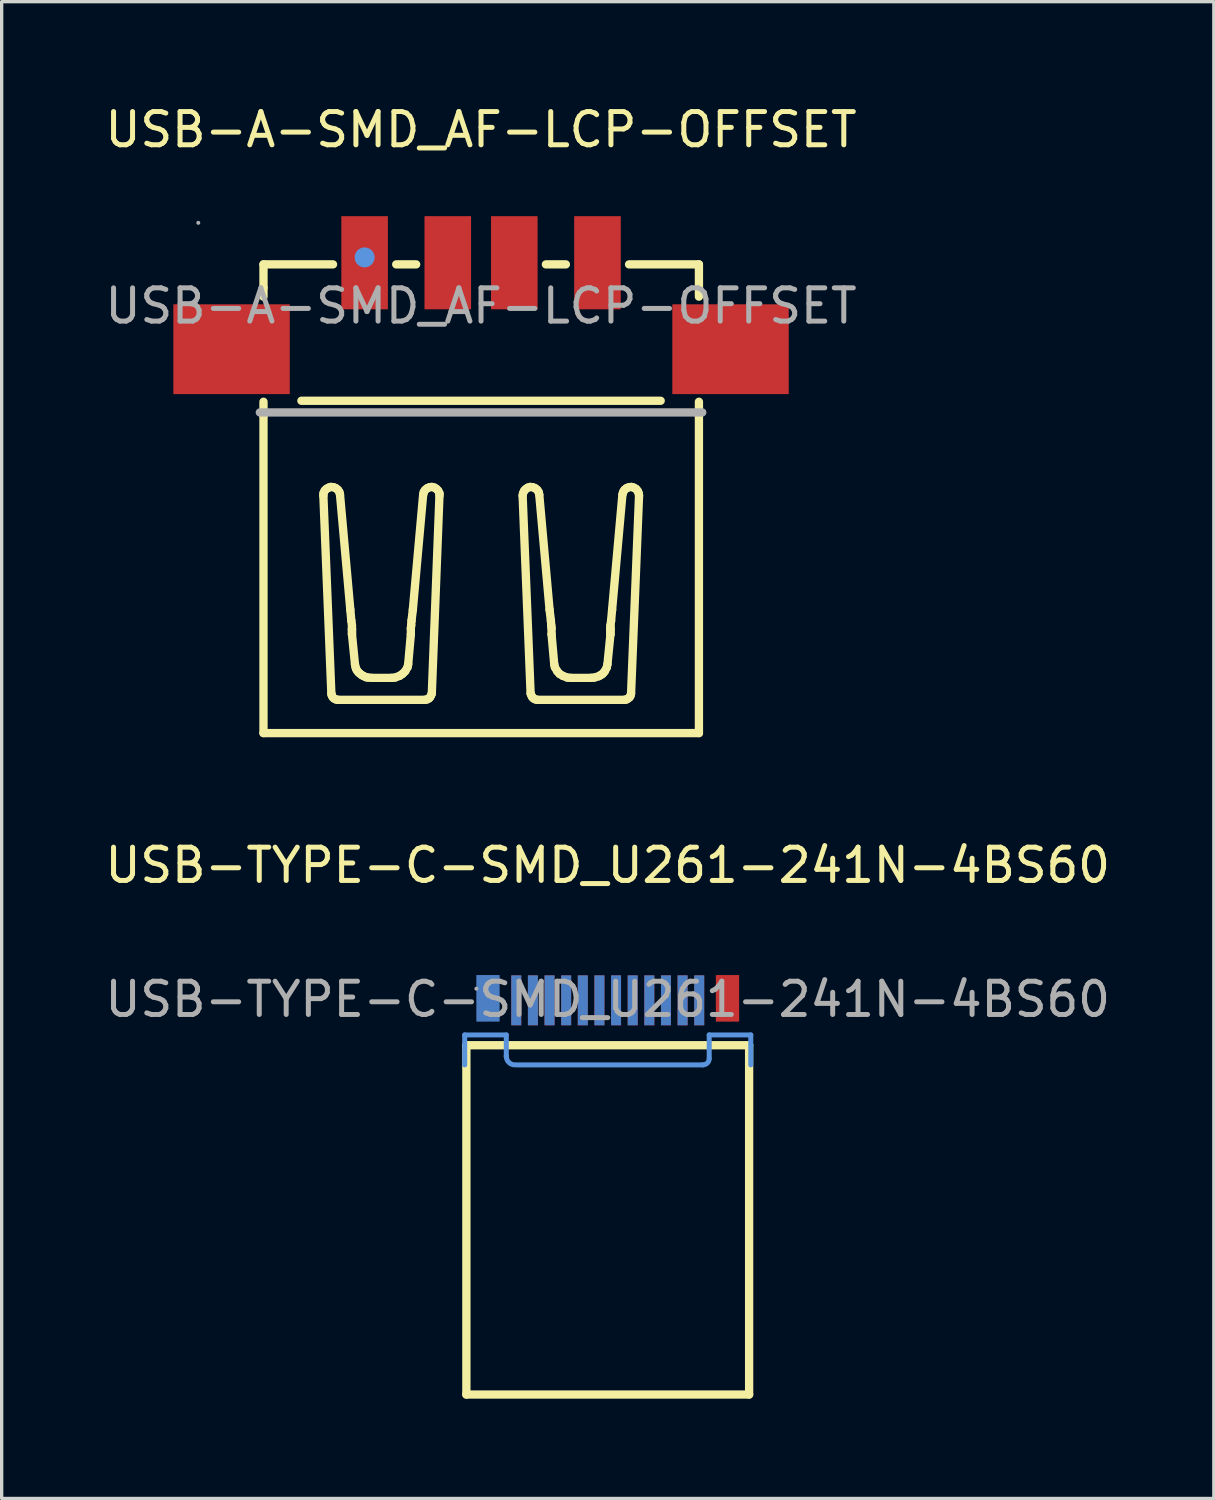
<source format=kicad_pcb>
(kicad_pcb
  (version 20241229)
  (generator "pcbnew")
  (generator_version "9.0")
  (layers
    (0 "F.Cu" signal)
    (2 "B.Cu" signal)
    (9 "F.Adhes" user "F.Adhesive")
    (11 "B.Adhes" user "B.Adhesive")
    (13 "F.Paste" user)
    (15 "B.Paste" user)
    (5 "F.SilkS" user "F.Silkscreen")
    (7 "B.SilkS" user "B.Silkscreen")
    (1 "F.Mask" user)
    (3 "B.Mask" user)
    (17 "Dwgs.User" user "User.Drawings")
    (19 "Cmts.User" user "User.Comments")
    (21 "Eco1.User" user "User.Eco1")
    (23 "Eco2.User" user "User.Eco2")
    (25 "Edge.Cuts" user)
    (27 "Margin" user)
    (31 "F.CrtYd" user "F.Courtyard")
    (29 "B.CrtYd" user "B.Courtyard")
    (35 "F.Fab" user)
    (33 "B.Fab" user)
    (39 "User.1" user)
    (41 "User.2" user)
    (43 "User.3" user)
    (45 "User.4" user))
  (footprint "USB-A-SMD_AF-LCP-OFFSET"
    (layer "F.Cu")
    (at 11.411 6.148)
    (property "Reference" "USB-A-SMD_AF-LCP-OFFSET" (at 0 -5.3 0) (layer "F.SilkS") (effects (font (size 1 1) (thickness 0.15))))
    (attr through_hole)
    (fp_line (start -6.54 -1.25) (end -6.54 -0.55) (stroke (width 0.25) (type solid)) (layer "F.SilkS"))
    (fp_line (start -6.54 -1.25) (end -4.45 -1.25) (stroke (width 0.25) (type solid)) (layer "F.SilkS"))
    (fp_line (start -6.54 -0.55) (end -6.54 -0.28) (stroke (width 0.25) (type solid)) (layer "F.SilkS"))
    (fp_line (start -6.54 2.88) (end -6.54 3.3) (stroke (width 0.25) (type solid)) (layer "F.SilkS"))
    (fp_line (start -6.54 12.84) (end -6.54 3.3) (stroke (width 0.25) (type solid)) (layer "F.SilkS"))
    (fp_line (start -5.4 2.85) (end 5.4 2.85) (stroke (width 0.25) (type solid)) (layer "F.SilkS"))
    (fp_line (start -4.74 5.63) (end -4.74 5.7) (stroke (width 0.25) (type solid)) (layer "F.SilkS"))
    (fp_line (start -4.74 5.7) (end -4.5 11.65) (stroke (width 0.25) (type solid)) (layer "F.SilkS"))
    (fp_line (start -4.7 5.55) (end -4.73 5.62) (stroke (width 0.25) (type solid)) (layer "F.SilkS"))
    (fp_line (start -4.65 5.5) (end -4.7 5.55) (stroke (width 0.25) (type solid)) (layer "F.SilkS"))
    (fp_line (start -4.58 5.46) (end -4.65 5.5) (stroke (width 0.25) (type solid)) (layer "F.SilkS"))
    (fp_line (start -4.51 5.44) (end -4.58 5.46) (stroke (width 0.25) (type solid)) (layer "F.SilkS"))
    (fp_line (start -4.5 11.65) (end -4.49 11.7) (stroke (width 0.25) (type solid)) (layer "F.SilkS"))
    (fp_line (start -4.49 11.7) (end -4.46 11.76) (stroke (width 0.25) (type solid)) (layer "F.SilkS"))
    (fp_line (start -4.46 11.76) (end -4.42 11.8) (stroke (width 0.25) (type solid)) (layer "F.SilkS"))
    (fp_line (start -4.43 5.45) (end -4.51 5.44) (stroke (width 0.25) (type solid)) (layer "F.SilkS"))
    (fp_line (start -4.42 11.8) (end -4.36 11.83) (stroke (width 0.25) (type solid)) (layer "F.SilkS"))
    (fp_line (start -4.36 5.48) (end -4.43 5.45) (stroke (width 0.25) (type solid)) (layer "F.SilkS"))
    (fp_line (start -4.36 11.83) (end -4.3 11.84) (stroke (width 0.25) (type solid)) (layer "F.SilkS"))
    (fp_line (start -4.3 5.53) (end -4.36 5.48) (stroke (width 0.25) (type solid)) (layer "F.SilkS"))
    (fp_line (start -4.3 11.84) (end -1.69 11.84) (stroke (width 0.25) (type solid)) (layer "F.SilkS"))
    (fp_line (start -4.26 5.59) (end -4.3 5.53) (stroke (width 0.25) (type solid)) (layer "F.SilkS"))
    (fp_line (start -4.24 5.67) (end -4.26 5.59) (stroke (width 0.25) (type solid)) (layer "F.SilkS"))
    (fp_line (start -3.93 9.13) (end -4.24 5.67) (stroke (width 0.25) (type solid)) (layer "F.SilkS"))
    (fp_line (start -3.93 9.13) (end -3.9 9.46) (stroke (width 0.25) (type solid)) (layer "F.SilkS"))
    (fp_line (start -3.9 9.46) (end -3.88 9.6) (stroke (width 0.25) (type solid)) (layer "F.SilkS"))
    (fp_line (start -3.88 9.69) (end -3.88 9.6) (stroke (width 0.25) (type solid)) (layer "F.SilkS"))
    (fp_line (start -3.88 9.74) (end -3.88 9.69) (stroke (width 0.25) (type solid)) (layer "F.SilkS"))
    (fp_line (start -3.88 9.74) (end -3.88 9.87) (stroke (width 0.25) (type solid)) (layer "F.SilkS"))
    (fp_line (start -3.88 9.87) (end -3.88 9.69) (stroke (width 0.25) (type solid)) (layer "F.SilkS"))
    (fp_line (start -3.88 9.87) (end -3.79 10.77) (stroke (width 0.25) (type solid)) (layer "F.SilkS"))
    (fp_line (start -3.77 10.86) (end -3.79 10.77) (stroke (width 0.25) (type solid)) (layer "F.SilkS"))
    (fp_line (start -3.75 10.92) (end -3.77 10.87) (stroke (width 0.25) (type solid)) (layer "F.SilkS"))
    (fp_line (start -3.72 10.97) (end -3.75 10.92) (stroke (width 0.25) (type solid)) (layer "F.SilkS"))
    (fp_line (start -3.68 11.02) (end -3.72 10.97) (stroke (width 0.25) (type solid)) (layer "F.SilkS"))
    (fp_line (start -3.63 11.06) (end -3.68 11.02) (stroke (width 0.25) (type solid)) (layer "F.SilkS"))
    (fp_line (start -3.58 11.1) (end -3.63 11.06) (stroke (width 0.25) (type solid)) (layer "F.SilkS"))
    (fp_line (start -3.52 11.13) (end -3.58 11.1) (stroke (width 0.25) (type solid)) (layer "F.SilkS"))
    (fp_line (start -3.46 11.16) (end -3.52 11.13) (stroke (width 0.25) (type solid)) (layer "F.SilkS"))
    (fp_line (start -3.4 11.17) (end -3.46 11.16) (stroke (width 0.25) (type solid)) (layer "F.SilkS"))
    (fp_line (start -3.29 11.18) (end -3.4 11.17) (stroke (width 0.25) (type solid)) (layer "F.SilkS"))
    (fp_line (start -2.69 11.18) (end -3.29 11.18) (stroke (width 0.25) (type solid)) (layer "F.SilkS"))
    (fp_line (start -2.59 11.17) (end -2.69 11.18) (stroke (width 0.25) (type solid)) (layer "F.SilkS"))
    (fp_line (start -2.55 -1.25) (end -1.95 -1.25) (stroke (width 0.25) (type solid)) (layer "F.SilkS"))
    (fp_line (start -2.45 11.12) (end -2.58 11.17) (stroke (width 0.25) (type solid)) (layer "F.SilkS"))
    (fp_line (start -2.36 11.06) (end -2.45 11.12) (stroke (width 0.25) (type solid)) (layer "F.SilkS"))
    (fp_line (start -2.28 10.98) (end -2.36 11.06) (stroke (width 0.25) (type solid)) (layer "F.SilkS"))
    (fp_line (start -2.21 10.86) (end -2.28 10.98) (stroke (width 0.25) (type solid)) (layer "F.SilkS"))
    (fp_line (start -2.19 10.77) (end -2.21 10.86) (stroke (width 0.25) (type solid)) (layer "F.SilkS"))
    (fp_line (start -2.11 9.69) (end -2.1 9.6) (stroke (width 0.25) (type solid)) (layer "F.SilkS"))
    (fp_line (start -2.11 9.87) (end -2.19 10.77) (stroke (width 0.25) (type solid)) (layer "F.SilkS"))
    (fp_line (start -2.11 9.87) (end -2.11 9.69) (stroke (width 0.25) (type solid)) (layer "F.SilkS"))
    (fp_line (start -2.09 9.46) (end -2.1 9.6) (stroke (width 0.25) (type solid)) (layer "F.SilkS"))
    (fp_line (start -2.05 9.13) (end -2.09 9.46) (stroke (width 0.25) (type solid)) (layer "F.SilkS"))
    (fp_line (start -2.05 9.13) (end -1.74 5.67) (stroke (width 0.25) (type solid)) (layer "F.SilkS"))
    (fp_line (start -1.72 5.59) (end -1.74 5.67) (stroke (width 0.25) (type solid)) (layer "F.SilkS"))
    (fp_line (start -1.69 11.84) (end -1.63 11.83) (stroke (width 0.25) (type solid)) (layer "F.SilkS"))
    (fp_line (start -1.68 5.53) (end -1.72 5.59) (stroke (width 0.25) (type solid)) (layer "F.SilkS"))
    (fp_line (start -1.63 11.83) (end -1.57 11.8) (stroke (width 0.25) (type solid)) (layer "F.SilkS"))
    (fp_line (start -1.62 5.48) (end -1.68 5.53) (stroke (width 0.25) (type solid)) (layer "F.SilkS"))
    (fp_line (start -1.57 11.8) (end -1.53 11.76) (stroke (width 0.25) (type solid)) (layer "F.SilkS"))
    (fp_line (start -1.55 5.45) (end -1.62 5.48) (stroke (width 0.25) (type solid)) (layer "F.SilkS"))
    (fp_line (start -1.53 11.76) (end -1.5 11.7) (stroke (width 0.25) (type solid)) (layer "F.SilkS"))
    (fp_line (start -1.5 11.7) (end -1.48 11.65) (stroke (width 0.25) (type solid)) (layer "F.SilkS"))
    (fp_line (start -1.48 5.44) (end -1.55 5.45) (stroke (width 0.25) (type solid)) (layer "F.SilkS"))
    (fp_line (start -1.48 11.65) (end -1.25 5.7) (stroke (width 0.25) (type solid)) (layer "F.SilkS"))
    (fp_line (start -1.4 5.46) (end -1.48 5.44) (stroke (width 0.25) (type solid)) (layer "F.SilkS"))
    (fp_line (start -1.34 5.5) (end -1.4 5.46) (stroke (width 0.25) (type solid)) (layer "F.SilkS"))
    (fp_line (start -1.29 5.55) (end -1.34 5.5) (stroke (width 0.25) (type solid)) (layer "F.SilkS"))
    (fp_line (start -1.25 5.63) (end -1.29 5.55) (stroke (width 0.25) (type solid)) (layer "F.SilkS"))
    (fp_line (start -1.25 5.7) (end -1.25 5.63) (stroke (width 0.25) (type solid)) (layer "F.SilkS"))
    (fp_line (start 1.26 5.63) (end 1.25 5.7) (stroke (width 0.25) (type solid)) (layer "F.SilkS"))
    (fp_line (start 1.3 5.55) (end 1.27 5.62) (stroke (width 0.25) (type solid)) (layer "F.SilkS"))
    (fp_line (start 1.35 5.5) (end 1.3 5.55) (stroke (width 0.25) (type solid)) (layer "F.SilkS"))
    (fp_line (start 1.41 5.46) (end 1.35 5.5) (stroke (width 0.25) (type solid)) (layer "F.SilkS"))
    (fp_line (start 1.48 5.44) (end 1.41 5.46) (stroke (width 0.25) (type solid)) (layer "F.SilkS"))
    (fp_line (start 1.49 11.65) (end 1.25 5.7) (stroke (width 0.25) (type solid)) (layer "F.SilkS"))
    (fp_line (start 1.49 11.65) (end 1.51 11.7) (stroke (width 0.25) (type solid)) (layer "F.SilkS"))
    (fp_line (start 1.51 11.7) (end 1.54 11.76) (stroke (width 0.25) (type solid)) (layer "F.SilkS"))
    (fp_line (start 1.54 11.76) (end 1.58 11.8) (stroke (width 0.25) (type solid)) (layer "F.SilkS"))
    (fp_line (start 1.56 5.45) (end 1.48 5.44) (stroke (width 0.25) (type solid)) (layer "F.SilkS"))
    (fp_line (start 1.58 11.8) (end 1.64 11.83) (stroke (width 0.25) (type solid)) (layer "F.SilkS"))
    (fp_line (start 1.63 5.48) (end 1.56 5.45) (stroke (width 0.25) (type solid)) (layer "F.SilkS"))
    (fp_line (start 1.64 11.83) (end 1.7 11.84) (stroke (width 0.25) (type solid)) (layer "F.SilkS"))
    (fp_line (start 1.69 5.53) (end 1.63 5.48) (stroke (width 0.25) (type solid)) (layer "F.SilkS"))
    (fp_line (start 1.73 5.59) (end 1.69 5.53) (stroke (width 0.25) (type solid)) (layer "F.SilkS"))
    (fp_line (start 1.75 5.67) (end 1.73 5.59) (stroke (width 0.25) (type solid)) (layer "F.SilkS"))
    (fp_line (start 2.06 9.13) (end 1.75 5.67) (stroke (width 0.25) (type solid)) (layer "F.SilkS"))
    (fp_line (start 2.06 9.13) (end 2.1 9.46) (stroke (width 0.25) (type solid)) (layer "F.SilkS"))
    (fp_line (start 2.1 9.46) (end 2.11 9.6) (stroke (width 0.25) (type solid)) (layer "F.SilkS"))
    (fp_line (start 2.12 9.69) (end 2.11 9.6) (stroke (width 0.25) (type solid)) (layer "F.SilkS"))
    (fp_line (start 2.12 9.87) (end 2.12 9.69) (stroke (width 0.25) (type solid)) (layer "F.SilkS"))
    (fp_line (start 2.12 9.87) (end 2.2 10.77) (stroke (width 0.25) (type solid)) (layer "F.SilkS"))
    (fp_line (start 2.2 10.77) (end 2.22 10.86) (stroke (width 0.25) (type solid)) (layer "F.SilkS"))
    (fp_line (start 2.22 10.86) (end 2.29 10.98) (stroke (width 0.25) (type solid)) (layer "F.SilkS"))
    (fp_line (start 2.29 10.98) (end 2.36 11.06) (stroke (width 0.25) (type solid)) (layer "F.SilkS"))
    (fp_line (start 2.36 11.06) (end 2.46 11.12) (stroke (width 0.25) (type solid)) (layer "F.SilkS"))
    (fp_line (start 2.46 11.12) (end 2.59 11.17) (stroke (width 0.25) (type solid)) (layer "F.SilkS"))
    (fp_line (start 2.55 -1.25) (end 1.95 -1.25) (stroke (width 0.25) (type solid)) (layer "F.SilkS"))
    (fp_line (start 2.59 11.17) (end 2.7 11.18) (stroke (width 0.25) (type solid)) (layer "F.SilkS"))
    (fp_line (start 2.7 11.18) (end 3.3 11.18) (stroke (width 0.25) (type solid)) (layer "F.SilkS"))
    (fp_line (start 3.3 11.18) (end 3.41 11.17) (stroke (width 0.25) (type solid)) (layer "F.SilkS"))
    (fp_line (start 3.41 11.17) (end 3.54 11.13) (stroke (width 0.25) (type solid)) (layer "F.SilkS"))
    (fp_line (start 3.54 11.13) (end 3.59 11.1) (stroke (width 0.25) (type solid)) (layer "F.SilkS"))
    (fp_line (start 3.59 11.1) (end 3.64 11.07) (stroke (width 0.25) (type solid)) (layer "F.SilkS"))
    (fp_line (start 3.64 11.07) (end 3.68 11.03) (stroke (width 0.25) (type solid)) (layer "F.SilkS"))
    (fp_line (start 3.68 11.03) (end 3.72 10.98) (stroke (width 0.25) (type solid)) (layer "F.SilkS"))
    (fp_line (start 3.72 10.98) (end 3.78 10.87) (stroke (width 0.25) (type solid)) (layer "F.SilkS"))
    (fp_line (start 3.78 10.86) (end 3.8 10.77) (stroke (width 0.25) (type solid)) (layer "F.SilkS"))
    (fp_line (start 3.89 9.69) (end 3.89 9.6) (stroke (width 0.25) (type solid)) (layer "F.SilkS"))
    (fp_line (start 3.89 9.74) (end 3.89 9.69) (stroke (width 0.25) (type solid)) (layer "F.SilkS"))
    (fp_line (start 3.89 9.74) (end 3.89 9.87) (stroke (width 0.25) (type solid)) (layer "F.SilkS"))
    (fp_line (start 3.89 9.87) (end 3.8 10.77) (stroke (width 0.25) (type solid)) (layer "F.SilkS"))
    (fp_line (start 3.89 9.87) (end 3.89 9.69) (stroke (width 0.25) (type solid)) (layer "F.SilkS"))
    (fp_line (start 3.91 9.46) (end 3.89 9.6) (stroke (width 0.25) (type solid)) (layer "F.SilkS"))
    (fp_line (start 3.94 9.13) (end 3.91 9.46) (stroke (width 0.25) (type solid)) (layer "F.SilkS"))
    (fp_line (start 3.94 9.13) (end 4.25 5.67) (stroke (width 0.25) (type solid)) (layer "F.SilkS"))
    (fp_line (start 4.27 5.59) (end 4.25 5.67) (stroke (width 0.25) (type solid)) (layer "F.SilkS"))
    (fp_line (start 4.31 5.53) (end 4.28 5.59) (stroke (width 0.25) (type solid)) (layer "F.SilkS"))
    (fp_line (start 4.31 11.84) (end 1.7 11.84) (stroke (width 0.25) (type solid)) (layer "F.SilkS"))
    (fp_line (start 4.31 11.84) (end 4.37 11.83) (stroke (width 0.25) (type solid)) (layer "F.SilkS"))
    (fp_line (start 4.37 5.48) (end 4.31 5.53) (stroke (width 0.25) (type solid)) (layer "F.SilkS"))
    (fp_line (start 4.37 11.83) (end 4.42 11.8) (stroke (width 0.25) (type solid)) (layer "F.SilkS"))
    (fp_line (start 4.42 11.8) (end 4.47 11.76) (stroke (width 0.25) (type solid)) (layer "F.SilkS"))
    (fp_line (start 4.44 5.45) (end 4.37 5.48) (stroke (width 0.25) (type solid)) (layer "F.SilkS"))
    (fp_line (start 4.47 11.76) (end 4.5 11.7) (stroke (width 0.25) (type solid)) (layer "F.SilkS"))
    (fp_line (start 4.5 11.7) (end 4.51 11.65) (stroke (width 0.25) (type solid)) (layer "F.SilkS"))
    (fp_line (start 4.52 5.44) (end 4.44 5.45) (stroke (width 0.25) (type solid)) (layer "F.SilkS"))
    (fp_line (start 4.59 5.46) (end 4.52 5.44) (stroke (width 0.25) (type solid)) (layer "F.SilkS"))
    (fp_line (start 4.66 5.5) (end 4.59 5.46) (stroke (width 0.25) (type solid)) (layer "F.SilkS"))
    (fp_line (start 4.71 5.56) (end 4.66 5.5) (stroke (width 0.25) (type solid)) (layer "F.SilkS"))
    (fp_line (start 4.74 5.63) (end 4.71 5.56) (stroke (width 0.25) (type solid)) (layer "F.SilkS"))
    (fp_line (start 4.75 5.7) (end 4.51 11.65) (stroke (width 0.25) (type solid)) (layer "F.SilkS"))
    (fp_line (start 4.75 5.7) (end 4.74 5.63) (stroke (width 0.25) (type solid)) (layer "F.SilkS"))
    (fp_line (start 6.55 -1.25) (end 4.45 -1.25) (stroke (width 0.25) (type solid)) (layer "F.SilkS"))
    (fp_line (start 6.55 -1.25) (end 6.55 -0.55) (stroke (width 0.25) (type solid)) (layer "F.SilkS"))
    (fp_line (start 6.55 -0.55) (end 6.55 -0.28) (stroke (width 0.25) (type solid)) (layer "F.SilkS"))
    (fp_line (start 6.55 2.88) (end 6.55 3.3) (stroke (width 0.25) (type solid)) (layer "F.SilkS"))
    (fp_line (start 6.55 12.84) (end -6.54 12.84) (stroke (width 0.25) (type solid)) (layer "F.SilkS"))
    (fp_line (start 6.55 12.84) (end 6.55 3.3) (stroke (width 0.25) (type solid)) (layer "F.SilkS"))
    (fp_circle (center -3.5 -1.46) (end -3.35 -1.46) (stroke (width 0.3) (type solid)) (fill no) (layer "Cmts.User"))
    (fp_line (start -6.65 3.2) (end 6.65 3.2) (stroke (width 0.25) (type solid)) (layer "F.Fab"))
    (fp_circle (center -8.5 -2.5) (end -8.47 -2.5) (stroke (width 0.06) (type solid)) (fill no) (layer "F.Fab"))
    (fp_text user "${REFERENCE}" (at 0 0 0) (layer "F.Fab") (effects (font (size 1 1) (thickness 0.15))))
    (pad "1" smd rect (at -3.5 -1.3) (size 1.4 2.8) (layers "F.Cu" "F.Mask" "F.Paste"))
    (pad "2" smd rect (at -1 -1.3) (size 1.4 2.8) (layers "F.Cu" "F.Mask" "F.Paste"))
    (pad "3" smd rect (at 1 -1.3) (size 1.4 2.8) (layers "F.Cu" "F.Mask" "F.Paste"))
    (pad "4" smd rect (at 3.5 -1.3) (size 1.4 2.8) (layers "F.Cu" "F.Mask" "F.Paste"))
    (pad "SH1" smd rect (at 7.5 1.3) (size 3.5 2.7) (layers "F.Cu" "F.Mask" "F.Paste"))
    (pad "SH2" smd rect (at -7.5 1.3) (size 3.5 2.7) (layers "F.Cu" "F.Mask" "F.Paste")))
  (footprint "USB-TYPE-C-SMD_U261-241N-4BS60"
    (layer "F.Cu")
    (at 15.22 28.962)
    (property "Reference" "USB-TYPE-C-SMD_U261-241N-4BS60" (at 0 -6 0) (layer "F.SilkS") (effects (font (size 1 1) (thickness 0.15))))
    (attr smd)
    (fp_line (start -4.25 -0.59) (end -4.25 9.91) (stroke (width 0.25) (type solid)) (layer "F.SilkS"))
    (fp_line (start -4.25 -0.59) (end 4.25 -0.59) (stroke (width 0.25) (type solid)) (layer "F.SilkS"))
    (fp_line (start 4.25 -0.59) (end 4.25 9.91) (stroke (width 0.25) (type solid)) (layer "F.SilkS"))
    (fp_line (start 4.25 9.91) (end -4.25 9.91) (stroke (width 0.25) (type solid)) (layer "F.SilkS"))
    (fp_line (start -4.3 -0.9) (end -4.3 0) (stroke (width 0.15) (type solid)) (layer "Cmts.User"))
    (fp_line (start -3.05 -0.9) (end -4.3 -0.9) (stroke (width 0.15) (type solid)) (layer "Cmts.User"))
    (fp_line (start -3.05 -0.9) (end -3.05 -0.27) (stroke (width 0.15) (type solid)) (layer "Cmts.User"))
    (fp_line (start -2.74 0) (end 2.86 0) (stroke (width 0.15) (type solid)) (layer "Cmts.User"))
    (fp_line (start 3.05 -0.9) (end 4.3 -0.9) (stroke (width 0.15) (type solid)) (layer "Cmts.User"))
    (fp_line (start 3.05 -0.19) (end 3.05 -0.9) (stroke (width 0.15) (type solid)) (layer "Cmts.User"))
    (fp_line (start 4.3 -0.9) (end 4.3 0) (stroke (width 0.15) (type solid)) (layer "Cmts.User"))
    (fp_arc (start -2.79 0) (mid -2.970349 -0.07272) (end -3.049815 -0.250201) (stroke (width 0.15) (type solid)) (layer "Cmts.User"))
    (fp_arc (start 3.05 -0.19) (mid 2.99435 -0.05565) (end 2.86 0) (stroke (width 0.15) (type solid)) (layer "Cmts.User"))
    (fp_line (start -3.05 -0.27) (end -3.05 -0.25) (stroke (width 0.15) (type solid)) (layer "F.Fab"))
    (fp_circle (center -3.95 -2.29) (end -3.92 -2.29) (stroke (width 0.06) (type solid)) (fill no) (layer "F.Fab"))
    (fp_text user "${REFERENCE}" (at 0 -1.97 0) (layer "F.Fab") (effects (font (size 1 1) (thickness 0.15))))
    (pad "1" smd rect (at -3.6 -2) (size 0.7 1.4) (layers "B.Cu" "B.Mask" "B.Paste"))
    (pad "2" smd rect (at 3.6 -2) (size 0.7 1.4) (layers "F.Cu" "F.Mask" "F.Paste"))
    (pad "A1" smd rect (at 2.75 -1.94) (size 0.3 1.5) (layers "F.Cu" "F.Mask" "F.Paste"))
    (pad "A2" smd rect (at 2.25 -1.94) (size 0.3 1.5) (layers "F.Cu" "F.Mask" "F.Paste"))
    (pad "A3" smd rect (at 1.75 -1.94) (size 0.3 1.5) (layers "F.Cu" "F.Mask" "F.Paste"))
    (pad "A4" smd rect (at 1.25 -1.94) (size 0.3 1.5) (layers "F.Cu" "F.Mask" "F.Paste"))
    (pad "A5" smd rect (at 0.75 -1.94) (size 0.3 1.5) (layers "F.Cu" "F.Mask" "F.Paste"))
    (pad "A6" smd rect (at 0.25 -1.94) (size 0.3 1.5) (layers "F.Cu" "F.Mask" "F.Paste"))
    (pad "A7" smd rect (at -0.25 -1.94) (size 0.3 1.5) (layers "F.Cu" "F.Mask" "F.Paste"))
    (pad "A8" smd rect (at -0.75 -1.94) (size 0.3 1.5) (layers "F.Cu" "F.Mask" "F.Paste"))
    (pad "A9" smd rect (at -1.25 -1.94) (size 0.3 1.5) (layers "F.Cu" "F.Mask" "F.Paste"))
    (pad "A10" smd rect (at -1.75 -1.94) (size 0.3 1.5) (layers "F.Cu" "F.Mask" "F.Paste"))
    (pad "A11" smd rect (at -2.25 -1.94) (size 0.3 1.5) (layers "F.Cu" "F.Mask" "F.Paste"))
    (pad "A12" smd rect (at -2.75 -1.94) (size 0.3 1.5) (layers "F.Cu" "F.Mask" "F.Paste"))
    (pad "B1" smd rect (at -2.75 -1.94) (size 0.3 1.5) (layers "B.Cu" "B.Mask" "B.Paste"))
    (pad "B2" smd rect (at -2.25 -1.94) (size 0.3 1.5) (layers "B.Cu" "B.Mask" "B.Paste"))
    (pad "B3" smd rect (at -1.75 -1.94) (size 0.3 1.5) (layers "B.Cu" "B.Mask" "B.Paste"))
    (pad "B4" smd rect (at -1.25 -1.94) (size 0.3 1.5) (layers "B.Cu" "B.Mask" "B.Paste"))
    (pad "B5" smd rect (at -0.75 -1.94) (size 0.3 1.5) (layers "B.Cu" "B.Mask" "B.Paste"))
    (pad "B6" smd rect (at -0.25 -1.94) (size 0.3 1.5) (layers "B.Cu" "B.Mask" "B.Paste"))
    (pad "B7" smd rect (at 0.25 -1.94) (size 0.3 1.5) (layers "B.Cu" "B.Mask" "B.Paste"))
    (pad "B8" smd rect (at 0.75 -1.94) (size 0.3 1.5) (layers "B.Cu" "B.Mask" "B.Paste"))
    (pad "B9" smd rect (at 1.25 -1.94) (size 0.3 1.5) (layers "B.Cu" "B.Mask" "B.Paste"))
    (pad "B10" smd rect (at 1.75 -1.94) (size 0.3 1.5) (layers "B.Cu" "B.Mask" "B.Paste"))
    (pad "B11" smd rect (at 2.25 -1.94) (size 0.3 1.5) (layers "B.Cu" "B.Mask" "B.Paste"))
    (pad "B12" smd rect (at 2.75 -1.94) (size 0.3 1.5) (layers "B.Cu" "B.Mask" "B.Paste")))
  (gr_rect
    (start -3 -3)
    (end 33.44 41.996)
    (stroke (width 0.1) (type default))
    (fill no)
    (layer "Edge.Cuts")))
</source>
